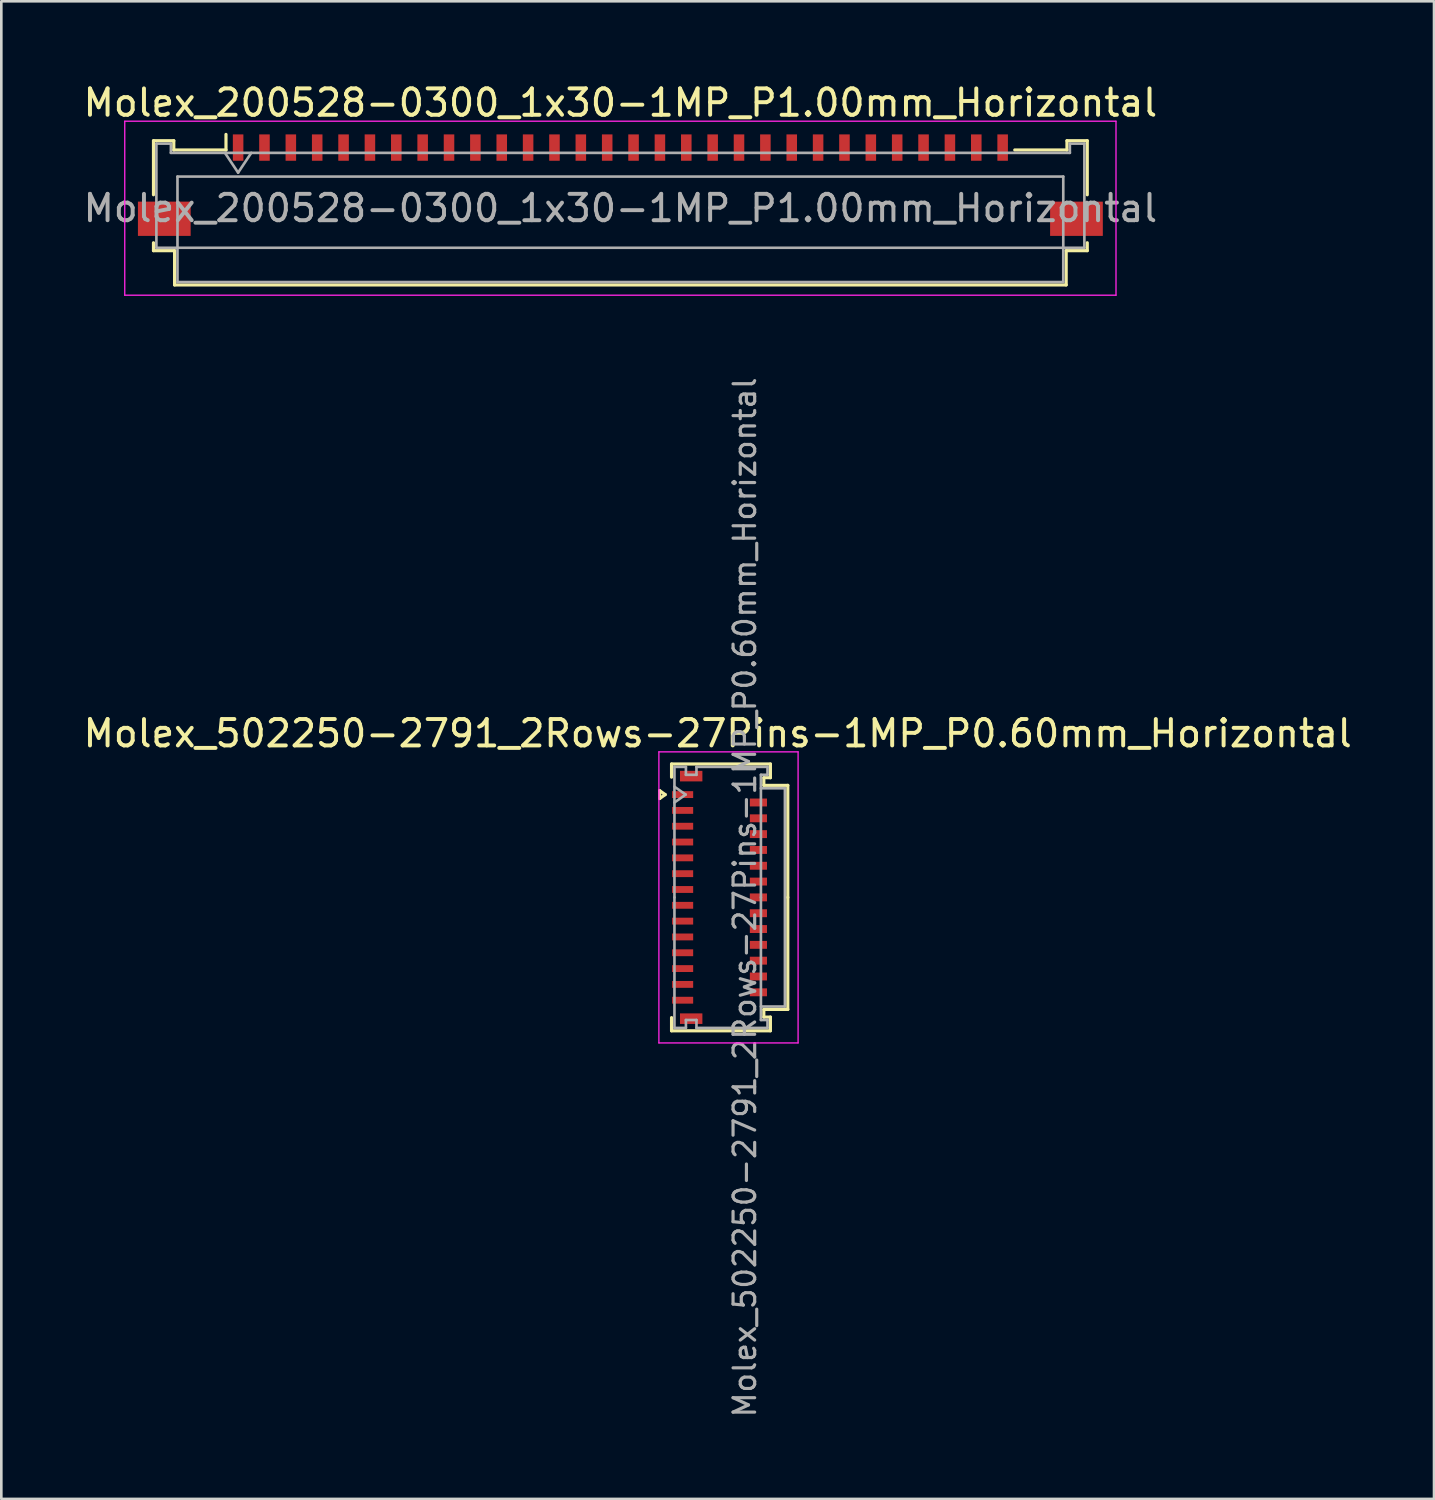
<source format=kicad_pcb>
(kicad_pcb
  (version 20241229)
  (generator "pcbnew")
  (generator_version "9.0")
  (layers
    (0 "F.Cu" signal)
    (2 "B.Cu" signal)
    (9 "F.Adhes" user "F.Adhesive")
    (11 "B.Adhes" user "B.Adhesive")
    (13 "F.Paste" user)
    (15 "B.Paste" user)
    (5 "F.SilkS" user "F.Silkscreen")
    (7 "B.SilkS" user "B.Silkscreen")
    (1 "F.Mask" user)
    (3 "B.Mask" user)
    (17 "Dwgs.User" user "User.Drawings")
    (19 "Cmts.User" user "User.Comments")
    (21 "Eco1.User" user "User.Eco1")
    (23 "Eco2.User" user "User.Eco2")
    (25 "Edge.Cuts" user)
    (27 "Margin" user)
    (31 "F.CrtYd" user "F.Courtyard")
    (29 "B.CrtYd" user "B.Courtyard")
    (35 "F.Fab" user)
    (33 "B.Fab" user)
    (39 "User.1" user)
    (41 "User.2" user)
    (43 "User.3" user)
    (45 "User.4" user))
  (footprint "Molex_200528-0300_1x30-1MP_P1.00mm_Horizontal"
    (layer "F.Cu")
    (at 20.482 3.458)
    (property "Reference" "Molex_200528-0300_1x30-1MP_P1.00mm_Horizontal" (at 0 -2.61 0) (layer "F.SilkS") (effects (font (size 1 1) (thickness 0.15))))
    (attr smd)
    (fp_line (start -17.71 -1.17) (end -17.71 0.88) (stroke (width 0.12) (type solid)) (layer "F.SilkS"))
    (fp_line (start -17.71 2.7) (end -17.71 3) (stroke (width 0.12) (type solid)) (layer "F.SilkS"))
    (fp_line (start -17.71 3) (end -16.91 3) (stroke (width 0.12) (type solid)) (layer "F.SilkS"))
    (fp_line (start -16.94 -1.17) (end -17.71 -1.17) (stroke (width 0.12) (type solid)) (layer "F.SilkS"))
    (fp_line (start -16.94 -0.82) (end -16.94 -1.17) (stroke (width 0.12) (type solid)) (layer "F.SilkS"))
    (fp_line (start -16.91 3) (end -16.91 4.3) (stroke (width 0.12) (type solid)) (layer "F.SilkS"))
    (fp_line (start -16.91 4.3) (end 16.91 4.3) (stroke (width 0.12) (type solid)) (layer "F.SilkS"))
    (fp_line (start -14.96 -1.41) (end -14.96 -0.82) (stroke (width 0.12) (type solid)) (layer "F.SilkS"))
    (fp_line (start -14.96 -0.82) (end -16.94 -0.82) (stroke (width 0.12) (type solid)) (layer "F.SilkS"))
    (fp_line (start 16.91 3) (end 17.71 3) (stroke (width 0.12) (type solid)) (layer "F.SilkS"))
    (fp_line (start 16.91 4.3) (end 16.91 3) (stroke (width 0.12) (type solid)) (layer "F.SilkS"))
    (fp_line (start 16.94 -1.17) (end 16.94 -0.82) (stroke (width 0.12) (type solid)) (layer "F.SilkS"))
    (fp_line (start 16.94 -0.82) (end 14.96 -0.82) (stroke (width 0.12) (type solid)) (layer "F.SilkS"))
    (fp_line (start 17.71 -1.17) (end 16.94 -1.17) (stroke (width 0.12) (type solid)) (layer "F.SilkS"))
    (fp_line (start 17.71 0.88) (end 17.71 -1.17) (stroke (width 0.12) (type solid)) (layer "F.SilkS"))
    (fp_line (start 17.71 3) (end 17.71 2.7) (stroke (width 0.12) (type solid)) (layer "F.SilkS"))
    (fp_line (start -18.8 -1.91) (end -18.8 4.69) (stroke (width 0.05) (type solid)) (layer "F.CrtYd"))
    (fp_line (start -18.8 4.69) (end 18.8 4.69) (stroke (width 0.05) (type solid)) (layer "F.CrtYd"))
    (fp_line (start 18.8 -1.91) (end -18.8 -1.91) (stroke (width 0.05) (type solid)) (layer "F.CrtYd"))
    (fp_line (start 18.8 4.69) (end 18.8 -1.91) (stroke (width 0.05) (type solid)) (layer "F.CrtYd"))
    (fp_line (start -17.6 -1.06) (end -17.6 2.89) (stroke (width 0.1) (type solid)) (layer "F.Fab"))
    (fp_line (start -17.6 2.89) (end 17.6 2.89) (stroke (width 0.1) (type solid)) (layer "F.Fab"))
    (fp_line (start -17.05 -1.06) (end -17.6 -1.06) (stroke (width 0.1) (type solid)) (layer "F.Fab"))
    (fp_line (start -17.05 -0.71) (end -17.05 -1.06) (stroke (width 0.1) (type solid)) (layer "F.Fab"))
    (fp_line (start -16.8 0.19) (end -16.8 4.19) (stroke (width 0.1) (type solid)) (layer "F.Fab"))
    (fp_line (start -16.8 4.19) (end 16.8 4.19) (stroke (width 0.1) (type solid)) (layer "F.Fab"))
    (fp_line (start -15 -0.71) (end -14.5 0.04) (stroke (width 0.1) (type solid)) (layer "F.Fab"))
    (fp_line (start -14.5 0.04) (end -14 -0.71) (stroke (width 0.1) (type solid)) (layer "F.Fab"))
    (fp_line (start 16.8 0.19) (end -16.8 0.19) (stroke (width 0.1) (type solid)) (layer "F.Fab"))
    (fp_line (start 16.8 4.19) (end 16.8 0.19) (stroke (width 0.1) (type solid)) (layer "F.Fab"))
    (fp_line (start 17.05 -1.06) (end 17.05 -0.71) (stroke (width 0.1) (type solid)) (layer "F.Fab"))
    (fp_line (start 17.05 -0.71) (end -17.05 -0.71) (stroke (width 0.1) (type solid)) (layer "F.Fab"))
    (fp_line (start 17.6 -1.06) (end 17.05 -1.06) (stroke (width 0.1) (type solid)) (layer "F.Fab"))
    (fp_line (start 17.6 2.89) (end 17.6 -1.06) (stroke (width 0.1) (type solid)) (layer "F.Fab"))
    (fp_text user "${REFERENCE}" (at 0 1.39 0) (layer "F.Fab") (effects (font (size 1 1) (thickness 0.15))))
    (pad "1" smd rect (at -14.5 -0.91) (size 0.4 1) (layers "F.Cu" "F.Mask" "F.Paste"))
    (pad "2" smd rect (at -13.5 -0.91) (size 0.4 1) (layers "F.Cu" "F.Mask" "F.Paste"))
    (pad "3" smd rect (at -12.5 -0.91) (size 0.4 1) (layers "F.Cu" "F.Mask" "F.Paste"))
    (pad "4" smd rect (at -11.5 -0.91) (size 0.4 1) (layers "F.Cu" "F.Mask" "F.Paste"))
    (pad "5" smd rect (at -10.5 -0.91) (size 0.4 1) (layers "F.Cu" "F.Mask" "F.Paste"))
    (pad "6" smd rect (at -9.5 -0.91) (size 0.4 1) (layers "F.Cu" "F.Mask" "F.Paste"))
    (pad "7" smd rect (at -8.5 -0.91) (size 0.4 1) (layers "F.Cu" "F.Mask" "F.Paste"))
    (pad "8" smd rect (at -7.5 -0.91) (size 0.4 1) (layers "F.Cu" "F.Mask" "F.Paste"))
    (pad "9" smd rect (at -6.5 -0.91) (size 0.4 1) (layers "F.Cu" "F.Mask" "F.Paste"))
    (pad "10" smd rect (at -5.5 -0.91) (size 0.4 1) (layers "F.Cu" "F.Mask" "F.Paste"))
    (pad "11" smd rect (at -4.5 -0.91) (size 0.4 1) (layers "F.Cu" "F.Mask" "F.Paste"))
    (pad "12" smd rect (at -3.5 -0.91) (size 0.4 1) (layers "F.Cu" "F.Mask" "F.Paste"))
    (pad "13" smd rect (at -2.5 -0.91) (size 0.4 1) (layers "F.Cu" "F.Mask" "F.Paste"))
    (pad "14" smd rect (at -1.5 -0.91) (size 0.4 1) (layers "F.Cu" "F.Mask" "F.Paste"))
    (pad "15" smd rect (at -0.5 -0.91) (size 0.4 1) (layers "F.Cu" "F.Mask" "F.Paste"))
    (pad "16" smd rect (at 0.5 -0.91) (size 0.4 1) (layers "F.Cu" "F.Mask" "F.Paste"))
    (pad "17" smd rect (at 1.5 -0.91) (size 0.4 1) (layers "F.Cu" "F.Mask" "F.Paste"))
    (pad "18" smd rect (at 2.5 -0.91) (size 0.4 1) (layers "F.Cu" "F.Mask" "F.Paste"))
    (pad "19" smd rect (at 3.5 -0.91) (size 0.4 1) (layers "F.Cu" "F.Mask" "F.Paste"))
    (pad "20" smd rect (at 4.5 -0.91) (size 0.4 1) (layers "F.Cu" "F.Mask" "F.Paste"))
    (pad "21" smd rect (at 5.5 -0.91) (size 0.4 1) (layers "F.Cu" "F.Mask" "F.Paste"))
    (pad "22" smd rect (at 6.5 -0.91) (size 0.4 1) (layers "F.Cu" "F.Mask" "F.Paste"))
    (pad "23" smd rect (at 7.5 -0.91) (size 0.4 1) (layers "F.Cu" "F.Mask" "F.Paste"))
    (pad "24" smd rect (at 8.5 -0.91) (size 0.4 1) (layers "F.Cu" "F.Mask" "F.Paste"))
    (pad "25" smd rect (at 9.5 -0.91) (size 0.4 1) (layers "F.Cu" "F.Mask" "F.Paste"))
    (pad "26" smd rect (at 10.5 -0.91) (size 0.4 1) (layers "F.Cu" "F.Mask" "F.Paste"))
    (pad "27" smd rect (at 11.5 -0.91) (size 0.4 1) (layers "F.Cu" "F.Mask" "F.Paste"))
    (pad "28" smd rect (at 12.5 -0.91) (size 0.4 1) (layers "F.Cu" "F.Mask" "F.Paste"))
    (pad "29" smd rect (at 13.5 -0.91) (size 0.4 1) (layers "F.Cu" "F.Mask" "F.Paste"))
    (pad "30" smd rect (at 14.5 -0.91) (size 0.4 1) (layers "F.Cu" "F.Mask" "F.Paste"))
    (pad "MP" smd rect (at -17.3 1.79) (size 2 1.3) (layers "F.Cu" "F.Mask" "F.Paste"))
    (pad "MP" smd rect (at 17.3 1.79) (size 2 1.3) (layers "F.Cu" "F.Mask" "F.Paste")))
  (footprint "Molex_502250-2791_2Rows-27Pins-1MP_P0.60mm_Horizontal"
    (layer "F.Cu")
    (at 24.243 30.99)
    (property "Reference" "Molex_502250-2791_2Rows-27Pins-1MP_P0.60mm_Horizontal" (at -0.07 -6.22 0) (layer "F.SilkS") (effects (font (size 1 1) (thickness 0.15))))
    (attr smd)
    (fp_line (start -2.272 -4.05) (end -2.06 -3.9) (stroke (width 0.12) (type solid)) (layer "F.SilkS"))
    (fp_line (start -2.272 -3.75) (end -2.272 -4.05) (stroke (width 0.12) (type solid)) (layer "F.SilkS"))
    (fp_line (start -2.06 -3.9) (end -2.272 -3.75) (stroke (width 0.12) (type solid)) (layer "F.SilkS"))
    (fp_line (start -1.82 -5.06) (end 1.93 -5.06) (stroke (width 0.12) (type solid)) (layer "F.SilkS"))
    (fp_line (start -1.82 -4.56) (end -1.82 -5.06) (stroke (width 0.12) (type solid)) (layer "F.SilkS"))
    (fp_line (start -1.82 4.56) (end -1.82 5.06) (stroke (width 0.12) (type solid)) (layer "F.SilkS"))
    (fp_line (start -1.82 5.06) (end 1.93 5.06) (stroke (width 0.12) (type solid)) (layer "F.SilkS"))
    (fp_line (start 1.68 -4.54) (end 1.68 -4.25) (stroke (width 0.12) (type solid)) (layer "F.SilkS"))
    (fp_line (start 1.68 -4.25) (end 2.59 -4.25) (stroke (width 0.12) (type solid)) (layer "F.SilkS"))
    (fp_line (start 1.68 4.25) (end 2.59 4.25) (stroke (width 0.12) (type solid)) (layer "F.SilkS"))
    (fp_line (start 1.68 4.54) (end 1.68 4.25) (stroke (width 0.12) (type solid)) (layer "F.SilkS"))
    (fp_line (start 1.93 -5.06) (end 1.93 -4.54) (stroke (width 0.12) (type solid)) (layer "F.SilkS"))
    (fp_line (start 1.93 -4.54) (end 1.68 -4.54) (stroke (width 0.12) (type solid)) (layer "F.SilkS"))
    (fp_line (start 1.93 4.54) (end 1.68 4.54) (stroke (width 0.12) (type solid)) (layer "F.SilkS"))
    (fp_line (start 1.93 5.06) (end 1.93 4.54) (stroke (width 0.12) (type solid)) (layer "F.SilkS"))
    (fp_line (start 2.59 -4.25) (end 2.59 0) (stroke (width 0.12) (type solid)) (layer "F.SilkS"))
    (fp_line (start 2.59 4.25) (end 2.59 0) (stroke (width 0.12) (type solid)) (layer "F.SilkS"))
    (fp_line (start -2.3 -5.52) (end -2.3 5.52) (stroke (width 0.05) (type solid)) (layer "F.CrtYd"))
    (fp_line (start -2.3 5.52) (end 2.98 5.52) (stroke (width 0.05) (type solid)) (layer "F.CrtYd"))
    (fp_line (start 2.98 -5.52) (end -2.3 -5.52) (stroke (width 0.05) (type solid)) (layer "F.CrtYd"))
    (fp_line (start 2.98 5.52) (end 2.98 -5.52) (stroke (width 0.05) (type solid)) (layer "F.CrtYd"))
    (fp_line (start -1.71 -4.95) (end -1.275 -4.95) (stroke (width 0.1) (type solid)) (layer "F.Fab"))
    (fp_line (start -1.71 -4.2) (end -1.286 -3.9) (stroke (width 0.1) (type solid)) (layer "F.Fab"))
    (fp_line (start -1.71 0) (end -1.71 -4.95) (stroke (width 0.1) (type solid)) (layer "F.Fab"))
    (fp_line (start -1.71 0) (end -1.71 4.95) (stroke (width 0.1) (type solid)) (layer "F.Fab"))
    (fp_line (start -1.71 4.95) (end -1.275 4.95) (stroke (width 0.1) (type solid)) (layer "F.Fab"))
    (fp_line (start -1.286 -3.9) (end -1.71 -3.6) (stroke (width 0.1) (type solid)) (layer "F.Fab"))
    (fp_line (start -1.275 -4.95) (end -1.275 -4.65) (stroke (width 0.1) (type solid)) (layer "F.Fab"))
    (fp_line (start -1.275 -4.65) (end -0.875 -4.65) (stroke (width 0.1) (type solid)) (layer "F.Fab"))
    (fp_line (start -1.275 4.65) (end -0.875 4.65) (stroke (width 0.1) (type solid)) (layer "F.Fab"))
    (fp_line (start -1.275 4.95) (end -1.275 4.65) (stroke (width 0.1) (type solid)) (layer "F.Fab"))
    (fp_line (start -0.875 -4.95) (end 1.82 -4.95) (stroke (width 0.1) (type solid)) (layer "F.Fab"))
    (fp_line (start -0.875 -4.65) (end -0.875 -4.95) (stroke (width 0.1) (type solid)) (layer "F.Fab"))
    (fp_line (start -0.875 4.65) (end -0.875 4.95) (stroke (width 0.1) (type solid)) (layer "F.Fab"))
    (fp_line (start -0.875 4.95) (end 1.82 4.95) (stroke (width 0.1) (type solid)) (layer "F.Fab"))
    (fp_line (start 1.57 -4.65) (end 1.57 0) (stroke (width 0.1) (type solid)) (layer "F.Fab"))
    (fp_line (start 1.57 -4.14) (end 2.48 -4.14) (stroke (width 0.1) (type solid)) (layer "F.Fab"))
    (fp_line (start 1.57 4.65) (end 1.57 0) (stroke (width 0.1) (type solid)) (layer "F.Fab"))
    (fp_line (start 1.82 -4.95) (end 1.82 -4.65) (stroke (width 0.1) (type solid)) (layer "F.Fab"))
    (fp_line (start 1.82 -4.65) (end 1.57 -4.65) (stroke (width 0.1) (type solid)) (layer "F.Fab"))
    (fp_line (start 1.82 4.65) (end 1.57 4.65) (stroke (width 0.1) (type solid)) (layer "F.Fab"))
    (fp_line (start 1.82 4.95) (end 1.82 4.65) (stroke (width 0.1) (type solid)) (layer "F.Fab"))
    (fp_line (start 2.48 -4.14) (end 2.48 4.14) (stroke (width 0.1) (type solid)) (layer "F.Fab"))
    (fp_line (start 2.48 4.14) (end 1.57 4.14) (stroke (width 0.1) (type solid)) (layer "F.Fab"))
    (fp_text user "${REFERENCE}" (at 0.96 0 90) (layer "F.Fab") (effects (font (size 0.82 0.82) (thickness 0.12))))
    (pad "1" smd rect (at -1.4 -3.9) (size 0.8 0.26) (layers "F.Cu" "F.Mask" "F.Paste"))
    (pad "2" smd rect (at 1.475 -3.6) (size 0.65 0.3) (layers "F.Cu" "F.Mask" "F.Paste"))
    (pad "3" smd rect (at -1.4 -3.3) (size 0.8 0.26) (layers "F.Cu" "F.Mask" "F.Paste"))
    (pad "4" smd rect (at 1.475 -3) (size 0.65 0.3) (layers "F.Cu" "F.Mask" "F.Paste"))
    (pad "5" smd rect (at -1.4 -2.7) (size 0.8 0.26) (layers "F.Cu" "F.Mask" "F.Paste"))
    (pad "6" smd rect (at 1.475 -2.4) (size 0.65 0.3) (layers "F.Cu" "F.Mask" "F.Paste"))
    (pad "7" smd rect (at -1.4 -2.1) (size 0.8 0.26) (layers "F.Cu" "F.Mask" "F.Paste"))
    (pad "8" smd rect (at 1.475 -1.8) (size 0.65 0.3) (layers "F.Cu" "F.Mask" "F.Paste"))
    (pad "9" smd rect (at -1.4 -1.5) (size 0.8 0.26) (layers "F.Cu" "F.Mask" "F.Paste"))
    (pad "10" smd rect (at 1.475 -1.2) (size 0.65 0.3) (layers "F.Cu" "F.Mask" "F.Paste"))
    (pad "11" smd rect (at -1.4 -0.9) (size 0.8 0.26) (layers "F.Cu" "F.Mask" "F.Paste"))
    (pad "12" smd rect (at 1.475 -0.6) (size 0.65 0.3) (layers "F.Cu" "F.Mask" "F.Paste"))
    (pad "13" smd rect (at -1.4 -0.3) (size 0.8 0.26) (layers "F.Cu" "F.Mask" "F.Paste"))
    (pad "14" smd rect (at 1.475 0) (size 0.65 0.3) (layers "F.Cu" "F.Mask" "F.Paste"))
    (pad "15" smd rect (at -1.4 0.3) (size 0.8 0.26) (layers "F.Cu" "F.Mask" "F.Paste"))
    (pad "16" smd rect (at 1.475 0.6) (size 0.65 0.3) (layers "F.Cu" "F.Mask" "F.Paste"))
    (pad "17" smd rect (at -1.4 0.9) (size 0.8 0.26) (layers "F.Cu" "F.Mask" "F.Paste"))
    (pad "18" smd rect (at 1.475 1.2) (size 0.65 0.3) (layers "F.Cu" "F.Mask" "F.Paste"))
    (pad "19" smd rect (at -1.4 1.5) (size 0.8 0.26) (layers "F.Cu" "F.Mask" "F.Paste"))
    (pad "20" smd rect (at 1.475 1.8) (size 0.65 0.3) (layers "F.Cu" "F.Mask" "F.Paste"))
    (pad "21" smd rect (at -1.4 2.1) (size 0.8 0.26) (layers "F.Cu" "F.Mask" "F.Paste"))
    (pad "22" smd rect (at 1.475 2.4) (size 0.65 0.3) (layers "F.Cu" "F.Mask" "F.Paste"))
    (pad "23" smd rect (at -1.4 2.7) (size 0.8 0.26) (layers "F.Cu" "F.Mask" "F.Paste"))
    (pad "24" smd rect (at 1.475 3) (size 0.65 0.3) (layers "F.Cu" "F.Mask" "F.Paste"))
    (pad "25" smd rect (at -1.4 3.3) (size 0.8 0.26) (layers "F.Cu" "F.Mask" "F.Paste"))
    (pad "26" smd rect (at 1.475 3.6) (size 0.65 0.3) (layers "F.Cu" "F.Mask" "F.Paste"))
    (pad "27" smd rect (at -1.4 3.9) (size 0.8 0.26) (layers "F.Cu" "F.Mask" "F.Paste"))
    (pad "MP" smd rect (at -1.075 -4.6) (size 0.85 0.4) (layers "F.Cu" "F.Mask" "F.Paste"))
    (pad "MP" smd rect (at -1.075 4.6) (size 0.85 0.4) (layers "F.Cu" "F.Mask" "F.Paste")))
  (gr_rect
    (start -3 -3)
    (end 51.345 53.807)
    (stroke (width 0.1) (type default))
    (fill no)
    (layer "Edge.Cuts")))
</source>
